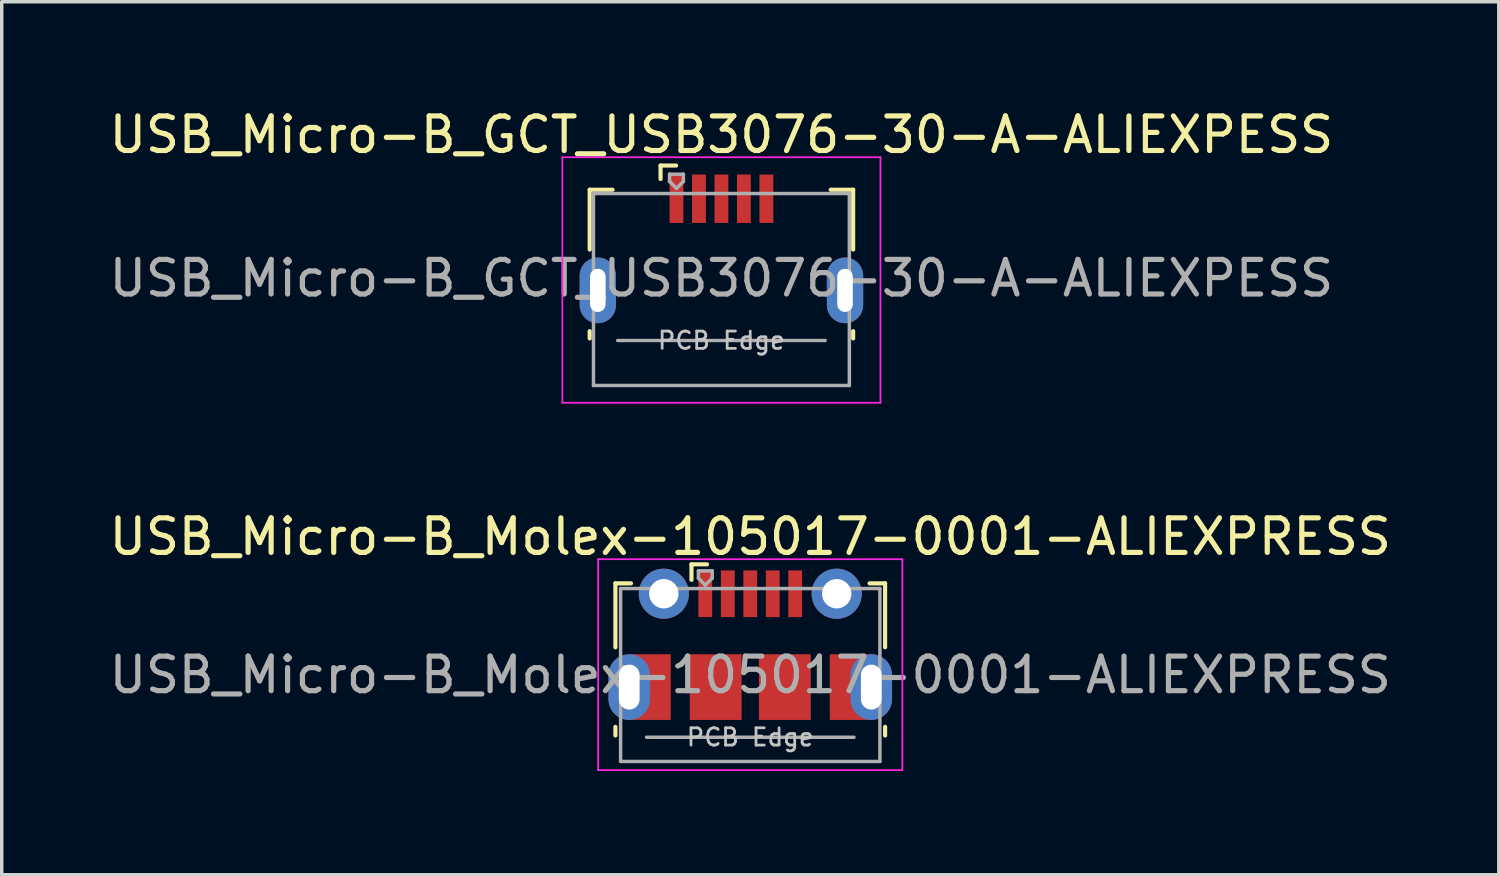
<source format=kicad_pcb>
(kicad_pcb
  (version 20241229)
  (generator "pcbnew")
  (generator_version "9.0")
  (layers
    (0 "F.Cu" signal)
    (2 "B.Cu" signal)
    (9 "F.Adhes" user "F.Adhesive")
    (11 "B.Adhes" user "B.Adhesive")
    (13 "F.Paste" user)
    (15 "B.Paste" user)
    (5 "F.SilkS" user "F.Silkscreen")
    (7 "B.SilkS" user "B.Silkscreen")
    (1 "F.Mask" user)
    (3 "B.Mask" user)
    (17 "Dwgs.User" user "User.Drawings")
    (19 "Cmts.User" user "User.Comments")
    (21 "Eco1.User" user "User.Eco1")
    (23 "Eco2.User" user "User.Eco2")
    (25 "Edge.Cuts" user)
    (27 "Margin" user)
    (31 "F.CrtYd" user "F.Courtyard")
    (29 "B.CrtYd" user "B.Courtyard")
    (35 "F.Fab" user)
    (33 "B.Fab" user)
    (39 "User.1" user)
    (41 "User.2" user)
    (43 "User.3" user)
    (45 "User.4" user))
  (footprint "USB_Micro-B_Molex-105017-0001-ALIEXPRESS"
    (layer "F.Cu")
    (at 18.649 15.584)
    (property "Reference" "USB_Micro-B_Molex-105017-0001-ALIEXPRESS" (at 0 -3.112 0) (layer "F.SilkS") (effects (font (size 1 1) (thickness 0.15))))
    (attr smd)
    (fp_line (start -3.9 -1.762) (end -3.45 -1.762) (stroke (width 0.12) (type solid)) (layer "F.SilkS"))
    (fp_line (start -3.9 0.087) (end -3.9 -1.762) (stroke (width 0.12) (type solid)) (layer "F.SilkS"))
    (fp_line (start -3.9 2.638) (end -3.9 2.388) (stroke (width 0.12) (type solid)) (layer "F.SilkS"))
    (fp_line (start -1.7 -2.312) (end -1.7 -1.863) (stroke (width 0.12) (type solid)) (layer "F.SilkS"))
    (fp_line (start -1.7 -2.312) (end -1.25 -2.312) (stroke (width 0.12) (type solid)) (layer "F.SilkS"))
    (fp_line (start 3.9 -1.762) (end 3.45 -1.762) (stroke (width 0.12) (type solid)) (layer "F.SilkS"))
    (fp_line (start 3.9 0.087) (end 3.9 -1.762) (stroke (width 0.12) (type solid)) (layer "F.SilkS"))
    (fp_line (start 3.9 2.638) (end 3.9 2.388) (stroke (width 0.12) (type solid)) (layer "F.SilkS"))
    (fp_line (start -4.4 -2.46) (end 4.4 -2.46) (stroke (width 0.05) (type solid)) (layer "F.CrtYd"))
    (fp_line (start -4.4 3.64) (end -4.4 -2.46) (stroke (width 0.05) (type solid)) (layer "F.CrtYd"))
    (fp_line (start -4.4 3.64) (end 4.4 3.64) (stroke (width 0.05) (type solid)) (layer "F.CrtYd"))
    (fp_line (start 4.4 -2.46) (end 4.4 3.64) (stroke (width 0.05) (type solid)) (layer "F.CrtYd"))
    (fp_line (start -3.75 -1.613) (end 3.75 -1.613) (stroke (width 0.1) (type solid)) (layer "F.Fab"))
    (fp_line (start -3.75 3.388) (end -3.75 -1.613) (stroke (width 0.1) (type solid)) (layer "F.Fab"))
    (fp_line (start -3.75 3.389) (end 3.75 3.389) (stroke (width 0.1) (type solid)) (layer "F.Fab"))
    (fp_line (start -3 2.689) (end 3 2.689) (stroke (width 0.1) (type solid)) (layer "F.Fab"))
    (fp_line (start -1.5 -2.123) (end -1.5 -1.913) (stroke (width 0.1) (type solid)) (layer "F.Fab"))
    (fp_line (start -1.5 -2.123) (end -1.1 -2.123) (stroke (width 0.1) (type solid)) (layer "F.Fab"))
    (fp_line (start -1.3 -1.712) (end -1.5 -1.913) (stroke (width 0.1) (type solid)) (layer "F.Fab"))
    (fp_line (start -1.1 -2.123) (end -1.1 -1.913) (stroke (width 0.1) (type solid)) (layer "F.Fab"))
    (fp_line (start -1.1 -1.913) (end -1.3 -1.712) (stroke (width 0.1) (type solid)) (layer "F.Fab"))
    (fp_line (start 3.75 3.388) (end 3.75 -1.613) (stroke (width 0.1) (type solid)) (layer "F.Fab"))
    (fp_text user "PCB Edge" (at 0 2.688 0) (layer "Dwgs.User") (effects (font (size 0.5 0.5) (thickness 0.08))))
    (fp_text user "${REFERENCE}" (at 0 0.887 0) (layer "F.Fab") (effects (font (size 1 1) (thickness 0.15))))
    (pad "1" smd rect (at -1.3 -1.462) (size 0.4 1.35) (layers "F.Cu" "F.Mask" "F.Paste"))
    (pad "2" smd rect (at -0.65 -1.462) (size 0.4 1.35) (layers "F.Cu" "F.Mask" "F.Paste"))
    (pad "3" smd rect (at 0 -1.462) (size 0.4 1.35) (layers "F.Cu" "F.Mask" "F.Paste"))
    (pad "4" smd rect (at 0.65 -1.462) (size 0.4 1.35) (layers "F.Cu" "F.Mask" "F.Paste"))
    (pad "5" smd rect (at 1.3 -1.462) (size 0.4 1.35) (layers "F.Cu" "F.Mask" "F.Paste"))
    (pad "6" thru_hole oval (at -3.5 1.238 180) (size 1.2 1.9) (drill oval 0.6 1.3) (layers "*.Cu" "*.Mask"))
    (pad "6" smd rect (at -2.9 1.238) (size 1.2 1.9) (layers "F.Cu" "F.Mask"))
    (pad "6" thru_hole circle (at -2.5 -1.462) (size 1.45 1.45) (drill 0.85) (layers "*.Cu" "*.Mask"))
    (pad "6" smd rect (at -1 1.238) (size 1.5 1.9) (layers "F.Cu" "F.Mask" "F.Paste"))
    (pad "6" smd rect (at 1 1.238) (size 1.5 1.9) (layers "F.Cu" "F.Mask" "F.Paste"))
    (pad "6" thru_hole circle (at 2.5 -1.462) (size 1.45 1.45) (drill 0.85) (layers "*.Cu" "*.Mask"))
    (pad "6" smd rect (at 2.9 1.238) (size 1.2 1.9) (layers "F.Cu" "F.Mask"))
    (pad "6" thru_hole oval (at 3.5 1.238) (size 1.2 1.9) (drill oval 0.6 1.3) (layers "*.Cu" "*.Mask")))
  (footprint "USB_Micro-B_GCT_USB3076-30-A-ALIEXPESS"
    (layer "F.Cu")
    (at 17.815 4.148)
    (property "Reference" "USB_Micro-B_GCT_USB3076-30-A-ALIEXPESS" (at 0 -3.3 0) (layer "F.SilkS") (effects (font (size 1 1) (thickness 0.15))))
    (attr smd)
    (fp_line (start -3.81 -1.71) (end -3.15 -1.71) (stroke (width 0.12) (type solid)) (layer "F.SilkS"))
    (fp_line (start -3.81 0.02) (end -3.81 -1.71) (stroke (width 0.12) (type solid)) (layer "F.SilkS"))
    (fp_line (start -3.81 2.59) (end -3.81 2.38) (stroke (width 0.12) (type solid)) (layer "F.SilkS"))
    (fp_line (start -1.76 -2.41) (end -1.76 -2.02) (stroke (width 0.12) (type solid)) (layer "F.SilkS"))
    (fp_line (start -1.76 -2.41) (end -1.31 -2.41) (stroke (width 0.12) (type solid)) (layer "F.SilkS"))
    (fp_line (start 3.81 -1.71) (end 3.16 -1.71) (stroke (width 0.12) (type solid)) (layer "F.SilkS"))
    (fp_line (start 3.81 0.02) (end 3.81 -1.71) (stroke (width 0.12) (type solid)) (layer "F.SilkS"))
    (fp_line (start 3.81 2.59) (end 3.81 2.38) (stroke (width 0.12) (type solid)) (layer "F.SilkS"))
    (fp_line (start -4.6 -2.65) (end 4.6 -2.65) (stroke (width 0.05) (type solid)) (layer "F.CrtYd"))
    (fp_line (start -4.6 4.45) (end -4.6 -2.65) (stroke (width 0.05) (type solid)) (layer "F.CrtYd"))
    (fp_line (start -4.6 4.45) (end 4.6 4.45) (stroke (width 0.05) (type solid)) (layer "F.CrtYd"))
    (fp_line (start 4.6 -2.65) (end 4.6 4.45) (stroke (width 0.05) (type solid)) (layer "F.CrtYd"))
    (fp_line (start -3.7 -1.6) (end 3.7 -1.6) (stroke (width 0.1) (type solid)) (layer "F.Fab"))
    (fp_line (start -3.7 3.95) (end -3.7 -1.6) (stroke (width 0.1) (type solid)) (layer "F.Fab"))
    (fp_line (start -3.7 3.95) (end 3.7 3.95) (stroke (width 0.1) (type solid)) (layer "F.Fab"))
    (fp_line (start -3 2.65) (end 3 2.65) (stroke (width 0.1) (type solid)) (layer "F.Fab"))
    (fp_line (start -1.5 -2.16) (end -1.5 -1.95) (stroke (width 0.1) (type solid)) (layer "F.Fab"))
    (fp_line (start -1.5 -2.16) (end -1.1 -2.16) (stroke (width 0.1) (type solid)) (layer "F.Fab"))
    (fp_line (start -1.3 -1.75) (end -1.5 -1.95) (stroke (width 0.1) (type solid)) (layer "F.Fab"))
    (fp_line (start -1.1 -2.16) (end -1.1 -1.95) (stroke (width 0.1) (type solid)) (layer "F.Fab"))
    (fp_line (start -1.1 -1.95) (end -1.3 -1.75) (stroke (width 0.1) (type solid)) (layer "F.Fab"))
    (fp_line (start 3.7 3.95) (end 3.7 -1.6) (stroke (width 0.1) (type solid)) (layer "F.Fab"))
    (fp_text user "PCB Edge" (at 0 2.65 0) (layer "Dwgs.User") (effects (font (size 0.5 0.5) (thickness 0.08))))
    (fp_text user "${REFERENCE}" (at 0 0.85 0) (layer "F.Fab") (effects (font (size 1 1) (thickness 0.15))))
    (pad "1" smd rect (at -1.3 -1.45) (size 0.4 1.4) (layers "F.Cu" "F.Mask" "F.Paste"))
    (pad "2" smd rect (at -0.65 -1.45) (size 0.4 1.4) (layers "F.Cu" "F.Mask" "F.Paste"))
    (pad "3" smd rect (at 0 -1.45) (size 0.4 1.4) (layers "F.Cu" "F.Mask" "F.Paste"))
    (pad "4" smd rect (at 0.65 -1.45) (size 0.4 1.4) (layers "F.Cu" "F.Mask" "F.Paste"))
    (pad "5" smd rect (at 1.3 -1.45) (size 0.4 1.4) (layers "F.Cu" "F.Mask" "F.Paste"))
    (pad "6" thru_hole oval (at -3.575 1.2 180) (size 1.05 1.9) (drill oval 0.45 1.25) (layers "*.Cu" "*.Mask"))
    (pad "6" thru_hole oval (at 3.575 1.2) (size 1.05 1.9) (drill oval 0.45 1.25) (layers "*.Cu" "*.Mask")))
  (gr_rect
    (start -3 -3)
    (end 40.298 22.249)
    (stroke (width 0.1) (type default))
    (fill no)
    (layer "Edge.Cuts")))
</source>
